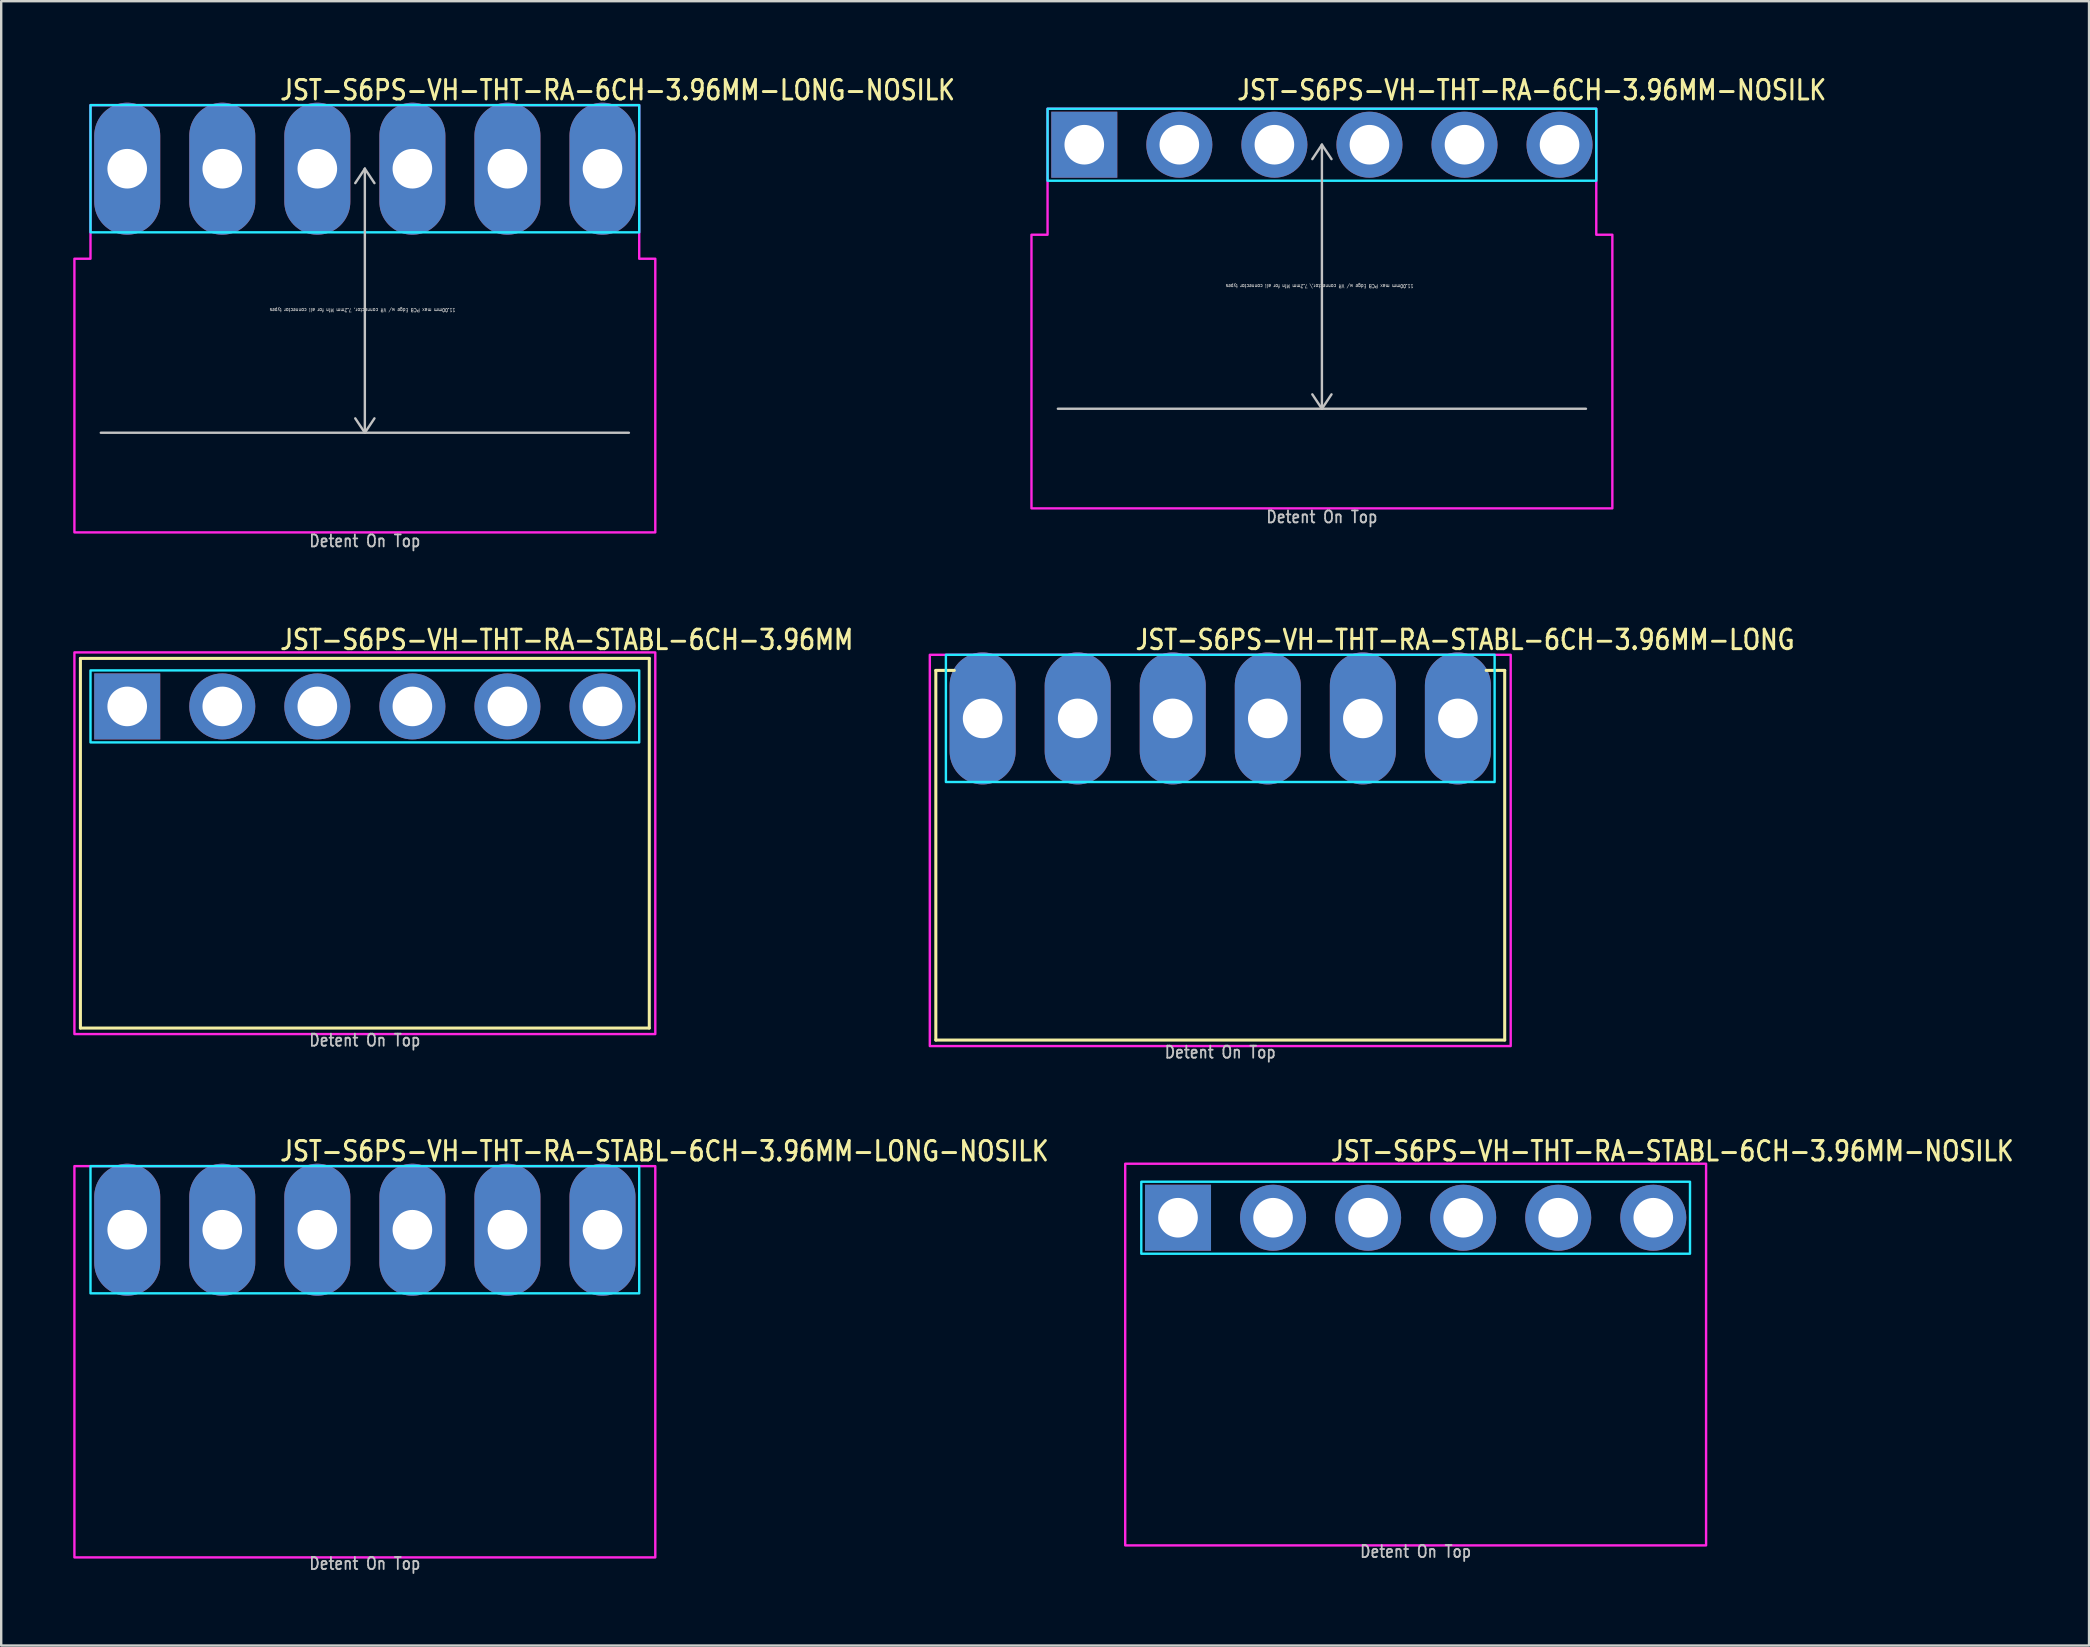
<source format=kicad_pcb>
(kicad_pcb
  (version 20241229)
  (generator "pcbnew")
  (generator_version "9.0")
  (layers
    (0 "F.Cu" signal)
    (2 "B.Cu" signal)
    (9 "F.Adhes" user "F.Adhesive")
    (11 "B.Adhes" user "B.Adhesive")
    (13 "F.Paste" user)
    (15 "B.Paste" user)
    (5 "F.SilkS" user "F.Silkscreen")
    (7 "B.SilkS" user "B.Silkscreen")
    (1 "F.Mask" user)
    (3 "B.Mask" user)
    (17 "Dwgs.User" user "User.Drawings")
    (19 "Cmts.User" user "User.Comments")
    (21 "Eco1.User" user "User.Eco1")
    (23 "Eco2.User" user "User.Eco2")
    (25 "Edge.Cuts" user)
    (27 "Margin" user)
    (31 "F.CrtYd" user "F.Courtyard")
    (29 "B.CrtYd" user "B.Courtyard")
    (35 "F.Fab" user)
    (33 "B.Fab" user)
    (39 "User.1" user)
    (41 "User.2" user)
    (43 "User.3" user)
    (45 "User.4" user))
  (footprint "JST-S6PS-VH-THT-RA-6CH-3.96MM-NOSILK"
    (layer "F.Cu")
    (at 52.022 2.979)
    (property "Reference" "JST-S6PS-VH-THT-RA-6CH-3.96MM-NOSILK" (at -3.6 -1.8 0) (unlocked yes) (layer "F.SilkS") (effects (font (size 0.813 0.695) (thickness 0.122)) (justify left bottom)))
    (fp_line (start -11 11) (end 11 11) (stroke (width 0.1) (type solid)) (layer "Dwgs.User"))
    (fp_line (start 0 0) (end -0.4 0.6) (stroke (width 0.1) (type solid)) (layer "Dwgs.User"))
    (fp_line (start 0 0) (end 0 11) (stroke (width 0.1) (type solid)) (layer "Dwgs.User"))
    (fp_line (start 0 0) (end 0.4 0.6) (stroke (width 0.1) (type solid)) (layer "Dwgs.User"))
    (fp_line (start 0 11) (end -0.4 10.4) (stroke (width 0.1) (type solid)) (layer "Dwgs.User"))
    (fp_line (start 0 11) (end 0.4 10.4) (stroke (width 0.1) (type solid)) (layer "Dwgs.User"))
    (fp_poly (pts (xy -11.43 -1.5) (xy -11.43 1.5) (xy 11.43 1.5) (xy 11.43 -1.5)) (stroke (width 0.1) (type solid)) (fill no) (layer "B.CrtYd"))
    (fp_poly (pts (xy -12.1 3.75) (xy -12.1 15.15) (xy 12.1 15.15) (xy 12.1 3.75) (xy 11.43 3.75) (xy 11.43 -1.5) (xy -11.43 -1.5) (xy -11.43 3.75)) (stroke (width 0.1) (type solid)) (fill no) (layer "F.CrtYd"))
    (fp_text user "11.00mm max PCB Edge w/ VR connector,\\ 7.2mm Min for all connector types" (at -0.1 5.8 180) (unlocked yes) (layer "Dwgs.User") (effects (font (size 0.15 0.128) (thickness 0.022)) (justify bottom)))
    (fp_text user "Detent On Top" (at 0 15.8 0) (unlocked yes) (layer "Dwgs.User") (effects (font (size 0.5 0.427) (thickness 0.075)) (justify bottom)))
    (pad "1" thru_hole rect (at -9.9 0) (size 2.75 2.75) (drill 1.65) (layers "*.Cu" "*.Mask"))
    (pad "2" thru_hole oval (at -5.94 0) (size 2.75 2.75) (drill 1.65) (layers "*.Cu" "*.Mask"))
    (pad "3" thru_hole oval (at -1.98 0) (size 2.75 2.75) (drill 1.65) (layers "*.Cu" "*.Mask"))
    (pad "4" thru_hole oval (at 1.98 0) (size 2.75 2.75) (drill 1.65) (layers "*.Cu" "*.Mask"))
    (pad "5" thru_hole oval (at 5.94 0) (size 2.75 2.75) (drill 1.65) (layers "*.Cu" "*.Mask"))
    (pad "6" thru_hole oval (at 9.9 0) (size 2.75 2.75) (drill 1.65) (layers "*.Cu" "*.Mask")))
  (footprint "JST-S6PS-VH-THT-RA-STABL-6CH-3.96MM"
    (layer "F.Cu")
    (at 12.15 26.38)
    (property "Reference" "JST-S6PS-VH-THT-RA-STABL-6CH-3.96MM" (at -3.6 -2.3 0) (unlocked yes) (layer "F.SilkS") (effects (font (size 0.813 0.695) (thickness 0.122)) (justify left bottom)))
    (fp_line (start -11.85 -2) (end 11.85 -2) (stroke (width 0.127) (type solid)) (layer "F.SilkS"))
    (fp_line (start -11.85 13.4) (end -11.85 -2) (stroke (width 0.127) (type solid)) (layer "F.SilkS"))
    (fp_line (start -11.85 13.4) (end 11.85 13.4) (stroke (width 0.127) (type solid)) (layer "F.SilkS"))
    (fp_line (start 11.85 -2) (end 11.85 13.4) (stroke (width 0.127) (type solid)) (layer "F.SilkS"))
    (fp_poly (pts (xy -11.43 -1.5) (xy -11.43 1.5) (xy 11.43 1.5) (xy 11.43 -1.5)) (stroke (width 0.1) (type solid)) (fill no) (layer "B.CrtYd"))
    (fp_poly (pts (xy -12.1 13.65) (xy 12.1 13.65) (xy 12.1 -2.25) (xy -12.1 -2.25)) (stroke (width 0.1) (type solid)) (fill no) (layer "F.CrtYd"))
    (fp_text user "Detent On Top" (at 0 14.2 0) (unlocked yes) (layer "Dwgs.User") (effects (font (size 0.5 0.427) (thickness 0.075)) (justify bottom)))
    (pad "1" thru_hole rect (at -9.9 0) (size 2.75 2.75) (drill 1.65) (layers "*.Cu" "*.Mask"))
    (pad "2" thru_hole oval (at -5.94 0) (size 2.75 2.75) (drill 1.65) (layers "*.Cu" "*.Mask"))
    (pad "3" thru_hole oval (at -1.98 0) (size 2.75 2.75) (drill 1.65) (layers "*.Cu" "*.Mask"))
    (pad "4" thru_hole oval (at 1.98 0) (size 2.75 2.75) (drill 1.65) (layers "*.Cu" "*.Mask"))
    (pad "5" thru_hole oval (at 5.94 0) (size 2.75 2.75) (drill 1.65) (layers "*.Cu" "*.Mask"))
    (pad "6" thru_hole oval (at 9.9 0) (size 2.75 2.75) (drill 1.65) (layers "*.Cu" "*.Mask")))
  (footprint "JST-S6PS-VH-THT-RA-STABL-6CH-3.96MM-NOSILK"
    (layer "F.Cu")
    (at 55.927 47.682)
    (property "Reference" "JST-S6PS-VH-THT-RA-STABL-6CH-3.96MM-NOSILK" (at -3.6 -2.3 0) (unlocked yes) (layer "F.SilkS") (effects (font (size 0.813 0.695) (thickness 0.122)) (justify left bottom)))
    (fp_poly (pts (xy -11.43 -1.5) (xy -11.43 1.5) (xy 11.43 1.5) (xy 11.43 -1.5)) (stroke (width 0.1) (type solid)) (fill no) (layer "B.CrtYd"))
    (fp_poly (pts (xy -12.1 13.65) (xy 12.1 13.65) (xy 12.1 -2.25) (xy -12.1 -2.25)) (stroke (width 0.1) (type solid)) (fill no) (layer "F.CrtYd"))
    (fp_text user "Detent On Top" (at 0 14.2 0) (unlocked yes) (layer "Dwgs.User") (effects (font (size 0.5 0.427) (thickness 0.075)) (justify bottom)))
    (pad "1" thru_hole rect (at -9.9 0) (size 2.75 2.75) (drill 1.65) (layers "*.Cu" "*.Mask"))
    (pad "2" thru_hole oval (at -5.94 0) (size 2.75 2.75) (drill 1.65) (layers "*.Cu" "*.Mask"))
    (pad "3" thru_hole oval (at -1.98 0) (size 2.75 2.75) (drill 1.65) (layers "*.Cu" "*.Mask"))
    (pad "4" thru_hole oval (at 1.98 0) (size 2.75 2.75) (drill 1.65) (layers "*.Cu" "*.Mask"))
    (pad "5" thru_hole oval (at 5.94 0) (size 2.75 2.75) (drill 1.65) (layers "*.Cu" "*.Mask"))
    (pad "6" thru_hole oval (at 9.9 0) (size 2.75 2.75) (drill 1.65) (layers "*.Cu" "*.Mask")))
  (footprint "JST-S6PS-VH-THT-RA-STABL-6CH-3.96MM-LONG"
    (layer "F.Cu")
    (at 47.787 26.88)
    (property "Reference" "JST-S6PS-VH-THT-RA-STABL-6CH-3.96MM-LONG" (at -3.6 -2.8 0) (unlocked yes) (layer "F.SilkS") (effects (font (size 0.813 0.695) (thickness 0.122)) (justify left bottom)))
    (fp_line (start -11.85 -2) (end -11.08 -2) (stroke (width 0.127) (type solid)) (layer "F.SilkS"))
    (fp_line (start -11.85 13.4) (end -11.85 -2) (stroke (width 0.127) (type solid)) (layer "F.SilkS"))
    (fp_line (start -11.85 13.4) (end 11.85 13.4) (stroke (width 0.127) (type solid)) (layer "F.SilkS"))
    (fp_line (start 11.85 -2) (end 11.08 -2) (stroke (width 0.127) (type solid)) (layer "F.SilkS"))
    (fp_line (start 11.85 -2) (end 11.85 13.4) (stroke (width 0.127) (type solid)) (layer "F.SilkS"))
    (fp_poly (pts (xy -11.43 -2.65) (xy -11.43 2.65) (xy 11.43 2.65) (xy 11.43 -2.65)) (stroke (width 0.1) (type solid)) (fill no) (layer "B.CrtYd"))
    (fp_poly (pts (xy -12.1 -2.65) (xy -12.1 13.65) (xy 12.1 13.65) (xy 12.1 -2.65)) (stroke (width 0.1) (type solid)) (fill no) (layer "F.CrtYd"))
    (fp_text user "Detent On Top" (at 0 14.2 0) (unlocked yes) (layer "Dwgs.User") (effects (font (size 0.5 0.427) (thickness 0.075)) (justify bottom)))
    (pad "1" thru_hole oval (at -9.9 0 90) (size 5.5 2.75) (drill 1.65) (layers "*.Cu" "*.Mask"))
    (pad "2" thru_hole oval (at -5.94 0 90) (size 5.5 2.75) (drill 1.65) (layers "*.Cu" "*.Mask"))
    (pad "3" thru_hole oval (at -1.98 0 90) (size 5.5 2.75) (drill 1.65) (layers "*.Cu" "*.Mask"))
    (pad "4" thru_hole oval (at 1.98 0 90) (size 5.5 2.75) (drill 1.65) (layers "*.Cu" "*.Mask"))
    (pad "5" thru_hole oval (at 5.94 0 90) (size 5.5 2.75) (drill 1.65) (layers "*.Cu" "*.Mask"))
    (pad "6" thru_hole oval (at 9.9 0 90) (size 5.5 2.75) (drill 1.65) (layers "*.Cu" "*.Mask")))
  (footprint "JST-S6PS-VH-THT-RA-STABL-6CH-3.96MM-LONG-NOSILK"
    (layer "F.Cu")
    (at 12.15 48.182)
    (property "Reference" "JST-S6PS-VH-THT-RA-STABL-6CH-3.96MM-LONG-NOSILK" (at -3.6 -2.8 0) (unlocked yes) (layer "F.SilkS") (effects (font (size 0.813 0.695) (thickness 0.122)) (justify left bottom)))
    (fp_poly (pts (xy -11.43 -2.65) (xy -11.43 2.65) (xy 11.43 2.65) (xy 11.43 -2.65)) (stroke (width 0.1) (type solid)) (fill no) (layer "B.CrtYd"))
    (fp_poly (pts (xy -12.1 -2.65) (xy -12.1 13.65) (xy 12.1 13.65) (xy 12.1 -2.65)) (stroke (width 0.1) (type solid)) (fill no) (layer "F.CrtYd"))
    (fp_text user "Detent On Top" (at 0 14.2 0) (unlocked yes) (layer "Dwgs.User") (effects (font (size 0.5 0.427) (thickness 0.075)) (justify bottom)))
    (pad "1" thru_hole oval (at -9.9 0 90) (size 5.5 2.75) (drill 1.65) (layers "*.Cu" "*.Mask"))
    (pad "2" thru_hole oval (at -5.94 0 90) (size 5.5 2.75) (drill 1.65) (layers "*.Cu" "*.Mask"))
    (pad "3" thru_hole oval (at -1.98 0 90) (size 5.5 2.75) (drill 1.65) (layers "*.Cu" "*.Mask"))
    (pad "4" thru_hole oval (at 1.98 0 90) (size 5.5 2.75) (drill 1.65) (layers "*.Cu" "*.Mask"))
    (pad "5" thru_hole oval (at 5.94 0 90) (size 5.5 2.75) (drill 1.65) (layers "*.Cu" "*.Mask"))
    (pad "6" thru_hole oval (at 9.9 0 90) (size 5.5 2.75) (drill 1.65) (layers "*.Cu" "*.Mask")))
  (footprint "JST-S6PS-VH-THT-RA-6CH-3.96MM-LONG-NOSILK"
    (layer "F.Cu")
    (at 12.15 3.979)
    (property "Reference" "JST-S6PS-VH-THT-RA-6CH-3.96MM-LONG-NOSILK" (at -3.6 -2.8 0) (unlocked yes) (layer "F.SilkS") (effects (font (size 0.813 0.695) (thickness 0.122)) (justify left bottom)))
    (fp_line (start -11 11) (end 11 11) (stroke (width 0.1) (type solid)) (layer "Dwgs.User"))
    (fp_line (start 0 0) (end -0.4 0.6) (stroke (width 0.1) (type solid)) (layer "Dwgs.User"))
    (fp_line (start 0 0) (end 0 11) (stroke (width 0.1) (type solid)) (layer "Dwgs.User"))
    (fp_line (start 0 0) (end 0.4 0.6) (stroke (width 0.1) (type solid)) (layer "Dwgs.User"))
    (fp_line (start 0 11) (end -0.4 10.4) (stroke (width 0.1) (type solid)) (layer "Dwgs.User"))
    (fp_line (start 0 11) (end 0.4 10.4) (stroke (width 0.1) (type solid)) (layer "Dwgs.User"))
    (fp_poly (pts (xy -11.43 -2.65) (xy -11.43 2.65) (xy 11.43 2.65) (xy 11.43 -2.65)) (stroke (width 0.1) (type solid)) (fill no) (layer "B.CrtYd"))
    (fp_poly (pts (xy -12.1 3.75) (xy -12.1 15.15) (xy 12.1 15.15) (xy 12.1 3.75) (xy 11.43 3.75) (xy 11.43 -2.65) (xy -11.43 -2.65) (xy -11.43 3.75)) (stroke (width 0.1) (type solid)) (fill no) (layer "F.CrtYd"))
    (fp_text user "Detent On Top" (at 0 15.8 0) (unlocked yes) (layer "Dwgs.User") (effects (font (size 0.5 0.427) (thickness 0.075)) (justify bottom)))
    (fp_text user "11.00mm max PCB Edge w/ VR connector, 7.2mm Min for all connector types" (at -0.1 5.8 180) (unlocked yes) (layer "Dwgs.User") (effects (font (size 0.15 0.128) (thickness 0.022)) (justify bottom)))
    (pad "1" thru_hole oval (at -9.9 0 90) (size 5.5 2.75) (drill 1.65) (layers "*.Cu" "*.Mask"))
    (pad "2" thru_hole oval (at -5.94 0 90) (size 5.5 2.75) (drill 1.65) (layers "*.Cu" "*.Mask"))
    (pad "3" thru_hole oval (at -1.98 0 90) (size 5.5 2.75) (drill 1.65) (layers "*.Cu" "*.Mask"))
    (pad "4" thru_hole oval (at 1.98 0 90) (size 5.5 2.75) (drill 1.65) (layers "*.Cu" "*.Mask"))
    (pad "5" thru_hole oval (at 5.94 0 90) (size 5.5 2.75) (drill 1.65) (layers "*.Cu" "*.Mask"))
    (pad "6" thru_hole oval (at 9.9 0 90) (size 5.5 2.75) (drill 1.65) (layers "*.Cu" "*.Mask")))
  (gr_rect
    (start -3 -3)
    (end 83.981 65.505)
    (stroke (width 0.1) (type default))
    (fill no)
    (layer "Edge.Cuts")))
</source>
